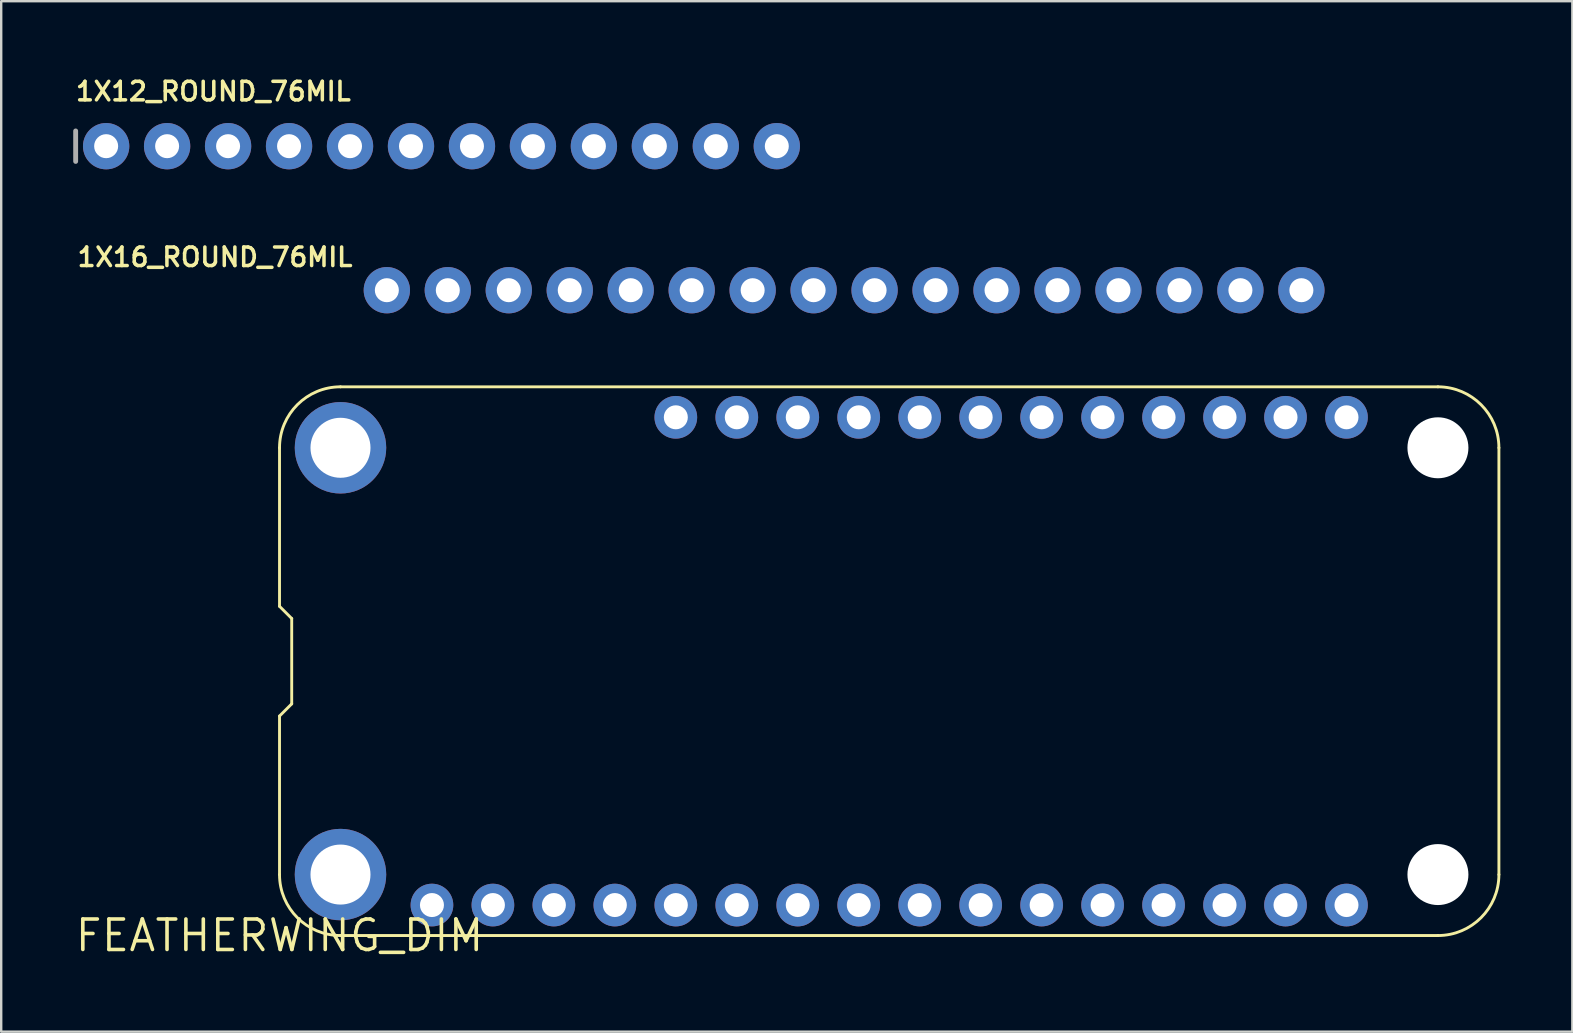
<source format=kicad_pcb>
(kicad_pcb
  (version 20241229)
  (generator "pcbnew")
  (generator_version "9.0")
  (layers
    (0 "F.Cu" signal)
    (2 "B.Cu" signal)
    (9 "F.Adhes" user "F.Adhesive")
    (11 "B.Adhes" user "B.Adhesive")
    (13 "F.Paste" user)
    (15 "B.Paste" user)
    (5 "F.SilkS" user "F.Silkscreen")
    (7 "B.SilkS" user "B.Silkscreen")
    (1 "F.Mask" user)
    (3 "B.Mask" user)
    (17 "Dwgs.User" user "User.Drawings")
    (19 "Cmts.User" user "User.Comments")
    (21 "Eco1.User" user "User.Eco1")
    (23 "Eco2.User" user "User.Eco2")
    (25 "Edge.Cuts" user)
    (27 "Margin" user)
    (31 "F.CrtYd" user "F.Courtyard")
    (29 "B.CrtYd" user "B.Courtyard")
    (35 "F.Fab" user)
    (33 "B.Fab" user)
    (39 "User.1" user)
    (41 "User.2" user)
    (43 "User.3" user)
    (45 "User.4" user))
  (footprint "1X12_ROUND_76MIL"
    (layer "F.Cu")
    (at 15.342 3.04)
    (property "Reference" "1X12_ROUND_76MIL" (at -15.316 -1.829 0) (layer "F.SilkS") (effects (font (size 0.772 0.772) (thickness 0.146)) (justify left bottom)))
    (attr through_hole)
    (fp_line (start -15.24 -0.635) (end -15.24 0.635) (stroke (width 0.203) (type solid)) (layer "F.Fab"))
    (fp_poly (pts (xy -14.224 0.254) (xy -13.716 0.254) (xy -13.716 -0.254) (xy -14.224 -0.254)) (stroke (width 0.1) (type solid)) (fill no) (layer "F.Fab"))
    (fp_poly (pts (xy -11.684 0.254) (xy -11.176 0.254) (xy -11.176 -0.254) (xy -11.684 -0.254)) (stroke (width 0.1) (type solid)) (fill no) (layer "F.Fab"))
    (fp_poly (pts (xy -9.144 0.254) (xy -8.636 0.254) (xy -8.636 -0.254) (xy -9.144 -0.254)) (stroke (width 0.1) (type solid)) (fill no) (layer "F.Fab"))
    (fp_poly (pts (xy -6.604 0.254) (xy -6.096 0.254) (xy -6.096 -0.254) (xy -6.604 -0.254)) (stroke (width 0.1) (type solid)) (fill no) (layer "F.Fab"))
    (fp_poly (pts (xy -4.064 0.254) (xy -3.556 0.254) (xy -3.556 -0.254) (xy -4.064 -0.254)) (stroke (width 0.1) (type solid)) (fill no) (layer "F.Fab"))
    (fp_poly (pts (xy -1.524 0.254) (xy -1.016 0.254) (xy -1.016 -0.254) (xy -1.524 -0.254)) (stroke (width 0.1) (type solid)) (fill no) (layer "F.Fab"))
    (fp_poly (pts (xy 1.016 0.254) (xy 1.524 0.254) (xy 1.524 -0.254) (xy 1.016 -0.254)) (stroke (width 0.1) (type solid)) (fill no) (layer "F.Fab"))
    (fp_poly (pts (xy 3.556 0.254) (xy 4.064 0.254) (xy 4.064 -0.254) (xy 3.556 -0.254)) (stroke (width 0.1) (type solid)) (fill no) (layer "F.Fab"))
    (fp_poly (pts (xy 6.096 0.254) (xy 6.604 0.254) (xy 6.604 -0.254) (xy 6.096 -0.254)) (stroke (width 0.1) (type solid)) (fill no) (layer "F.Fab"))
    (fp_poly (pts (xy 8.636 0.254) (xy 9.144 0.254) (xy 9.144 -0.254) (xy 8.636 -0.254)) (stroke (width 0.1) (type solid)) (fill no) (layer "F.Fab"))
    (fp_poly (pts (xy 11.176 0.254) (xy 11.684 0.254) (xy 11.684 -0.254) (xy 11.176 -0.254)) (stroke (width 0.1) (type solid)) (fill no) (layer "F.Fab"))
    (fp_poly (pts (xy 13.716 0.254) (xy 14.224 0.254) (xy 14.224 -0.254) (xy 13.716 -0.254)) (stroke (width 0.1) (type solid)) (fill no) (layer "F.Fab"))
    (pad "1" thru_hole circle (at -13.97 0 90) (size 1.93 1.93) (drill 1) (layers "*.Cu" "*.Mask"))
    (pad "2" thru_hole circle (at -11.43 0 90) (size 1.93 1.93) (drill 1) (layers "*.Cu" "*.Mask"))
    (pad "3" thru_hole circle (at -8.89 0 90) (size 1.93 1.93) (drill 1) (layers "*.Cu" "*.Mask"))
    (pad "4" thru_hole circle (at -6.35 0 90) (size 1.93 1.93) (drill 1) (layers "*.Cu" "*.Mask"))
    (pad "5" thru_hole circle (at -3.81 0 90) (size 1.93 1.93) (drill 1) (layers "*.Cu" "*.Mask"))
    (pad "6" thru_hole circle (at -1.27 0 90) (size 1.93 1.93) (drill 1) (layers "*.Cu" "*.Mask"))
    (pad "7" thru_hole circle (at 1.27 0 90) (size 1.93 1.93) (drill 1) (layers "*.Cu" "*.Mask"))
    (pad "8" thru_hole circle (at 3.81 0 90) (size 1.93 1.93) (drill 1) (layers "*.Cu" "*.Mask"))
    (pad "9" thru_hole circle (at 6.35 0 90) (size 1.93 1.93) (drill 1) (layers "*.Cu" "*.Mask"))
    (pad "10" thru_hole circle (at 8.89 0 90) (size 1.93 1.93) (drill 1) (layers "*.Cu" "*.Mask"))
    (pad "11" thru_hole circle (at 11.43 0 90) (size 1.93 1.93) (drill 1) (layers "*.Cu" "*.Mask"))
    (pad "12" thru_hole circle (at 13.97 0 90) (size 1.93 1.93) (drill 1) (layers "*.Cu" "*.Mask")))
  (footprint "1X16_ROUND_76MIL"
    (layer "F.Cu")
    (at 32.116 9.04)
    (property "Reference" "1X16_ROUND_76MIL" (at -20.396 -1.829 0) (layer "F.SilkS") (effects (font (size 0.772 0.772) (thickness 0.146)) (justify right top)))
    (attr through_hole)
    (fp_poly (pts (xy -19.304 0.254) (xy -18.796 0.254) (xy -18.796 -0.254) (xy -19.304 -0.254)) (stroke (width 0.1) (type solid)) (fill no) (layer "F.Fab"))
    (fp_poly (pts (xy -16.764 0.254) (xy -16.256 0.254) (xy -16.256 -0.254) (xy -16.764 -0.254)) (stroke (width 0.1) (type solid)) (fill no) (layer "F.Fab"))
    (fp_poly (pts (xy -14.224 0.254) (xy -13.716 0.254) (xy -13.716 -0.254) (xy -14.224 -0.254)) (stroke (width 0.1) (type solid)) (fill no) (layer "F.Fab"))
    (fp_poly (pts (xy -11.684 0.254) (xy -11.176 0.254) (xy -11.176 -0.254) (xy -11.684 -0.254)) (stroke (width 0.1) (type solid)) (fill no) (layer "F.Fab"))
    (fp_poly (pts (xy -9.144 0.254) (xy -8.636 0.254) (xy -8.636 -0.254) (xy -9.144 -0.254)) (stroke (width 0.1) (type solid)) (fill no) (layer "F.Fab"))
    (fp_poly (pts (xy -6.604 0.254) (xy -6.096 0.254) (xy -6.096 -0.254) (xy -6.604 -0.254)) (stroke (width 0.1) (type solid)) (fill no) (layer "F.Fab"))
    (fp_poly (pts (xy -4.064 0.254) (xy -3.556 0.254) (xy -3.556 -0.254) (xy -4.064 -0.254)) (stroke (width 0.1) (type solid)) (fill no) (layer "F.Fab"))
    (fp_poly (pts (xy -1.524 0.254) (xy -1.016 0.254) (xy -1.016 -0.254) (xy -1.524 -0.254)) (stroke (width 0.1) (type solid)) (fill no) (layer "F.Fab"))
    (fp_poly (pts (xy 1.016 0.254) (xy 1.524 0.254) (xy 1.524 -0.254) (xy 1.016 -0.254)) (stroke (width 0.1) (type solid)) (fill no) (layer "F.Fab"))
    (fp_poly (pts (xy 3.556 0.254) (xy 4.064 0.254) (xy 4.064 -0.254) (xy 3.556 -0.254)) (stroke (width 0.1) (type solid)) (fill no) (layer "F.Fab"))
    (fp_poly (pts (xy 6.096 0.254) (xy 6.604 0.254) (xy 6.604 -0.254) (xy 6.096 -0.254)) (stroke (width 0.1) (type solid)) (fill no) (layer "F.Fab"))
    (fp_poly (pts (xy 8.636 0.254) (xy 9.144 0.254) (xy 9.144 -0.254) (xy 8.636 -0.254)) (stroke (width 0.1) (type solid)) (fill no) (layer "F.Fab"))
    (fp_poly (pts (xy 11.176 0.254) (xy 11.684 0.254) (xy 11.684 -0.254) (xy 11.176 -0.254)) (stroke (width 0.1) (type solid)) (fill no) (layer "F.Fab"))
    (fp_poly (pts (xy 13.716 0.254) (xy 14.224 0.254) (xy 14.224 -0.254) (xy 13.716 -0.254)) (stroke (width 0.1) (type solid)) (fill no) (layer "F.Fab"))
    (fp_poly (pts (xy 16.256 0.254) (xy 16.764 0.254) (xy 16.764 -0.254) (xy 16.256 -0.254)) (stroke (width 0.1) (type solid)) (fill no) (layer "F.Fab"))
    (fp_poly (pts (xy 18.796 0.254) (xy 19.304 0.254) (xy 19.304 -0.254) (xy 18.796 -0.254)) (stroke (width 0.1) (type solid)) (fill no) (layer "F.Fab"))
    (pad "1" thru_hole circle (at -19.05 0 90) (size 1.93 1.93) (drill 1) (layers "*.Cu" "*.Mask"))
    (pad "2" thru_hole circle (at -16.51 0 90) (size 1.93 1.93) (drill 1) (layers "*.Cu" "*.Mask"))
    (pad "3" thru_hole circle (at -13.97 0 90) (size 1.93 1.93) (drill 1) (layers "*.Cu" "*.Mask"))
    (pad "4" thru_hole circle (at -11.43 0 90) (size 1.93 1.93) (drill 1) (layers "*.Cu" "*.Mask"))
    (pad "5" thru_hole circle (at -8.89 0 90) (size 1.93 1.93) (drill 1) (layers "*.Cu" "*.Mask"))
    (pad "6" thru_hole circle (at -6.35 0 90) (size 1.93 1.93) (drill 1) (layers "*.Cu" "*.Mask"))
    (pad "7" thru_hole circle (at -3.81 0 90) (size 1.93 1.93) (drill 1) (layers "*.Cu" "*.Mask"))
    (pad "8" thru_hole circle (at -1.27 0 90) (size 1.93 1.93) (drill 1) (layers "*.Cu" "*.Mask"))
    (pad "9" thru_hole circle (at 1.27 0 90) (size 1.93 1.93) (drill 1) (layers "*.Cu" "*.Mask"))
    (pad "10" thru_hole circle (at 3.81 0 90) (size 1.93 1.93) (drill 1) (layers "*.Cu" "*.Mask"))
    (pad "11" thru_hole circle (at 6.35 0 90) (size 1.93 1.93) (drill 1) (layers "*.Cu" "*.Mask"))
    (pad "12" thru_hole circle (at 8.89 0 90) (size 1.93 1.93) (drill 1) (layers "*.Cu" "*.Mask"))
    (pad "13" thru_hole circle (at 11.43 0 90) (size 1.93 1.93) (drill 1) (layers "*.Cu" "*.Mask"))
    (pad "14" thru_hole circle (at 13.97 0 90) (size 1.93 1.93) (drill 1) (layers "*.Cu" "*.Mask"))
    (pad "15" thru_hole circle (at 16.51 0 90) (size 1.93 1.93) (drill 1) (layers "*.Cu" "*.Mask"))
    (pad "16" thru_hole circle (at 19.05 0 90) (size 1.93 1.93) (drill 1) (layers "*.Cu" "*.Mask")))
  (footprint "FEATHERWING_DIM"
    (layer "F.Cu")
    (at 8.595 35.925)
    (property "Reference" "FEATHERWING_DIM" (at 0 0 0) (layer "F.SilkS") (effects (font (size 1.27 1.27) (thickness 0.15))))
    (attr through_hole)
    (fp_line (start 0 -20.32) (end 0 -13.716) (stroke (width 0.12) (type solid)) (layer "F.SilkS"))
    (fp_line (start 0 -13.716) (end 0.508 -13.208) (stroke (width 0.12) (type solid)) (layer "F.SilkS"))
    (fp_line (start 0 -9.144) (end 0 -2.54) (stroke (width 0.12) (type solid)) (layer "F.SilkS"))
    (fp_line (start 0.508 -13.208) (end 0.508 -9.652) (stroke (width 0.12) (type solid)) (layer "F.SilkS"))
    (fp_line (start 0.508 -9.652) (end 0 -9.144) (stroke (width 0.12) (type solid)) (layer "F.SilkS"))
    (fp_line (start 2.54 0) (end 48.26 0) (stroke (width 0.12) (type solid)) (layer "F.SilkS"))
    (fp_line (start 48.26 -22.86) (end 2.54 -22.86) (stroke (width 0.12) (type solid)) (layer "F.SilkS"))
    (fp_line (start 50.8 -2.54) (end 50.8 -20.32) (stroke (width 0.12) (type solid)) (layer "F.SilkS"))
    (fp_arc (start 0 -20.32) (mid 0.743949 -22.116051) (end 2.54 -22.86) (stroke (width 0.12) (type solid)) (layer "F.SilkS"))
    (fp_arc (start 2.54 0) (mid 0.743949 -0.743949) (end 0 -2.54) (stroke (width 0.12) (type solid)) (layer "F.SilkS"))
    (fp_arc (start 48.26 -22.86) (mid 50.056051 -22.116051) (end 50.8 -20.32) (stroke (width 0.12) (type solid)) (layer "F.SilkS"))
    (fp_arc (start 50.8 -2.54) (mid 50.056051 -0.743949) (end 48.26 0) (stroke (width 0.12) (type solid)) (layer "F.SilkS"))
    (pad "" np_thru_hole circle (at 48.26 -20.32) (size 2.54 2.54) (drill 2.54) (layers "*.Cu" "*.Mask"))
    (pad "" np_thru_hole circle (at 48.26 -2.54) (size 2.54 2.54) (drill 2.54) (layers "*.Cu" "*.Mask"))
    (pad "1" thru_hole circle (at 6.35 -1.27) (size 1.778 1.778) (drill 1) (layers "*.Cu" "*.Mask"))
    (pad "2" thru_hole circle (at 8.89 -1.27) (size 1.778 1.778) (drill 1) (layers "*.Cu" "*.Mask"))
    (pad "3" thru_hole circle (at 11.43 -1.27) (size 1.778 1.778) (drill 1) (layers "*.Cu" "*.Mask"))
    (pad "4" thru_hole circle (at 13.97 -1.27) (size 1.778 1.778) (drill 1) (layers "*.Cu" "*.Mask"))
    (pad "5" thru_hole circle (at 16.51 -1.27) (size 1.778 1.778) (drill 1) (layers "*.Cu" "*.Mask"))
    (pad "6" thru_hole circle (at 19.05 -1.27) (size 1.778 1.778) (drill 1) (layers "*.Cu" "*.Mask"))
    (pad "7" thru_hole circle (at 21.59 -1.27) (size 1.778 1.778) (drill 1) (layers "*.Cu" "*.Mask"))
    (pad "8" thru_hole circle (at 24.13 -1.27) (size 1.778 1.778) (drill 1) (layers "*.Cu" "*.Mask"))
    (pad "9" thru_hole circle (at 26.67 -1.27) (size 1.778 1.778) (drill 1) (layers "*.Cu" "*.Mask"))
    (pad "10" thru_hole circle (at 29.21 -1.27) (size 1.778 1.778) (drill 1) (layers "*.Cu" "*.Mask"))
    (pad "11" thru_hole circle (at 31.75 -1.27) (size 1.778 1.778) (drill 1) (layers "*.Cu" "*.Mask"))
    (pad "12" thru_hole circle (at 34.29 -1.27) (size 1.778 1.778) (drill 1) (layers "*.Cu" "*.Mask"))
    (pad "13" thru_hole circle (at 36.83 -1.27) (size 1.778 1.778) (drill 1) (layers "*.Cu" "*.Mask"))
    (pad "14" thru_hole circle (at 39.37 -1.27) (size 1.778 1.778) (drill 1) (layers "*.Cu" "*.Mask"))
    (pad "15" thru_hole circle (at 41.91 -1.27) (size 1.778 1.778) (drill 1) (layers "*.Cu" "*.Mask"))
    (pad "16" thru_hole circle (at 44.45 -1.27) (size 1.778 1.778) (drill 1) (layers "*.Cu" "*.Mask"))
    (pad "17" thru_hole circle (at 44.45 -21.59) (size 1.778 1.778) (drill 1) (layers "*.Cu" "*.Mask"))
    (pad "18" thru_hole circle (at 41.91 -21.59) (size 1.778 1.778) (drill 1) (layers "*.Cu" "*.Mask"))
    (pad "19" thru_hole circle (at 39.37 -21.59) (size 1.778 1.778) (drill 1) (layers "*.Cu" "*.Mask"))
    (pad "20" thru_hole circle (at 36.83 -21.59) (size 1.778 1.778) (drill 1) (layers "*.Cu" "*.Mask"))
    (pad "21" thru_hole circle (at 34.29 -21.59) (size 1.778 1.778) (drill 1) (layers "*.Cu" "*.Mask"))
    (pad "22" thru_hole circle (at 31.75 -21.59) (size 1.778 1.778) (drill 1) (layers "*.Cu" "*.Mask"))
    (pad "23" thru_hole circle (at 29.21 -21.59) (size 1.778 1.778) (drill 1) (layers "*.Cu" "*.Mask"))
    (pad "24" thru_hole circle (at 26.67 -21.59) (size 1.778 1.778) (drill 1) (layers "*.Cu" "*.Mask"))
    (pad "25" thru_hole circle (at 24.13 -21.59) (size 1.778 1.778) (drill 1) (layers "*.Cu" "*.Mask"))
    (pad "26" thru_hole circle (at 21.59 -21.59) (size 1.778 1.778) (drill 1) (layers "*.Cu" "*.Mask"))
    (pad "27" thru_hole circle (at 19.05 -21.59) (size 1.778 1.778) (drill 1) (layers "*.Cu" "*.Mask"))
    (pad "28" thru_hole circle (at 16.51 -21.59) (size 1.778 1.778) (drill 1) (layers "*.Cu" "*.Mask"))
    (pad "P$1" thru_hole circle (at 2.54 -20.32) (size 3.81 3.81) (drill 2.5) (layers "*.Cu" "*.Mask"))
    (pad "P$2" thru_hole circle (at 2.54 -2.54) (size 3.81 3.81) (drill 2.5) (layers "*.Cu" "*.Mask")))
  (gr_rect
    (start -3 -3)
    (end 62.455 39.931)
    (stroke (width 0.1) (type default))
    (fill no)
    (layer "Edge.Cuts")))
</source>
